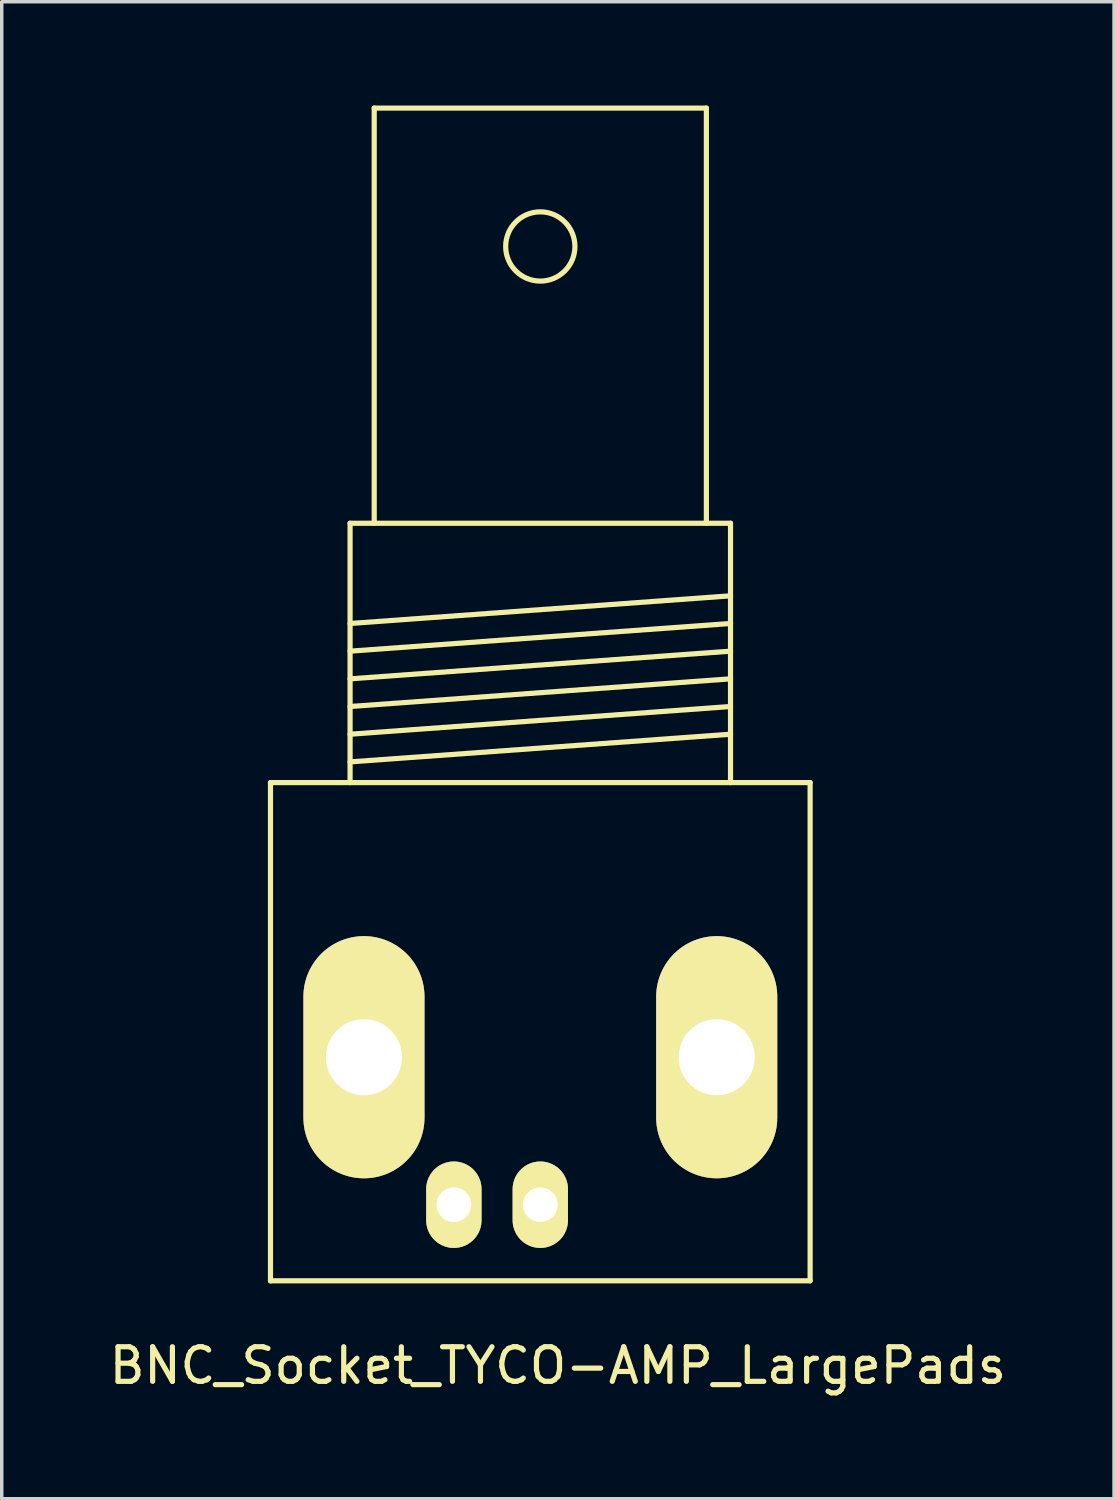
<source format=kicad_pcb>
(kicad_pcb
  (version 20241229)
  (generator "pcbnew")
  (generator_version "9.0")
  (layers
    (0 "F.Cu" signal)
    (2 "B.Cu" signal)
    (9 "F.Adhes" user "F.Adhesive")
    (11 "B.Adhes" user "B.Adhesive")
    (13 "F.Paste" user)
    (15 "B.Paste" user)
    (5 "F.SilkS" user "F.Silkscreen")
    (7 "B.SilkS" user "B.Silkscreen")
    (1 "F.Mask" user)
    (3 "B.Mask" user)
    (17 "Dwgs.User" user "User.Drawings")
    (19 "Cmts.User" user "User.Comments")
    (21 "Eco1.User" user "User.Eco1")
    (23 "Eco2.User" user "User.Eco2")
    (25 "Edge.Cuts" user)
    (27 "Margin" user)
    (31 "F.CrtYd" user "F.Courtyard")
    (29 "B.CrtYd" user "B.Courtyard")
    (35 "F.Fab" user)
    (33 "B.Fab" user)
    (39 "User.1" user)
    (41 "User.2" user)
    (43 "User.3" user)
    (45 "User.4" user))
  (footprint "BNC_Socket_TYCO-AMP_LargePads"
    (layer "F.Cu")
    (at 12.569 26.775)
    (property "Reference" "BNC_Socket_TYCO-AMP_LargePads" (at 0.508 9.652 0) (layer "F.SilkS") (effects (font (size 1 1) (thickness 0.15))))
    (attr through_hole)
    (fp_line (start -7.8 -7.201) (end -7.8 7.201) (stroke (width 0.15) (type solid)) (layer "F.SilkS"))
    (fp_line (start -7.8 7.201) (end 7.8 7.201) (stroke (width 0.15) (type solid)) (layer "F.SilkS"))
    (fp_line (start -5.499 -14.699) (end -5.499 -7.201) (stroke (width 0.15) (type solid)) (layer "F.SilkS"))
    (fp_line (start -5.499 -11.801) (end 5.499 -12.601) (stroke (width 0.15) (type solid)) (layer "F.SilkS"))
    (fp_line (start -5.499 -11.001) (end 5.499 -11.801) (stroke (width 0.15) (type solid)) (layer "F.SilkS"))
    (fp_line (start -5.499 -10.201) (end 5.499 -11.001) (stroke (width 0.15) (type solid)) (layer "F.SilkS"))
    (fp_line (start -5.499 -9.401) (end 5.499 -10.201) (stroke (width 0.15) (type solid)) (layer "F.SilkS"))
    (fp_line (start -5.499 -8.6) (end 5.499 -9.401) (stroke (width 0.15) (type solid)) (layer "F.SilkS"))
    (fp_line (start -5.499 -7.8) (end 5.499 -8.6) (stroke (width 0.15) (type solid)) (layer "F.SilkS"))
    (fp_line (start -4.801 -26.7) (end -4.801 -14.699) (stroke (width 0.15) (type solid)) (layer "F.SilkS"))
    (fp_line (start 4.801 -26.7) (end -4.801 -26.7) (stroke (width 0.15) (type solid)) (layer "F.SilkS"))
    (fp_line (start 4.801 -14.699) (end 4.801 -26.7) (stroke (width 0.15) (type solid)) (layer "F.SilkS"))
    (fp_line (start 5.499 -14.699) (end -5.499 -14.699) (stroke (width 0.15) (type solid)) (layer "F.SilkS"))
    (fp_line (start 5.499 -7.201) (end 5.499 -14.699) (stroke (width 0.15) (type solid)) (layer "F.SilkS"))
    (fp_line (start 7.8 -7.201) (end -7.8 -7.201) (stroke (width 0.15) (type solid)) (layer "F.SilkS"))
    (fp_line (start 7.8 7.201) (end 7.8 -7.201) (stroke (width 0.15) (type solid)) (layer "F.SilkS"))
    (fp_circle (center 0 -22.7) (end 1.001 -22.7) (stroke (width 0.15) (type solid)) (fill no) (layer "F.SilkS"))
    (pad "1" thru_hole oval (at 0 5.001) (size 1.6 2.499) (drill 1.001) (layers "*.Cu" "*.Mask" "F.SilkS"))
    (pad "2" thru_hole oval (at -5.098 0.737) (size 3.5 7) (drill 2.2) (layers "*.Cu" "*.Mask" "F.SilkS"))
    (pad "2" thru_hole oval (at -2.499 5.001) (size 1.6 2.499) (drill 1.001) (layers "*.Cu" "*.Mask" "F.SilkS"))
    (pad "2" thru_hole oval (at 5.1 0.737) (size 3.5 7) (drill 2.2) (layers "*.Cu" "*.Mask" "F.SilkS")))
  (gr_rect
    (start -3 -3)
    (end 29.155 40.276)
    (stroke (width 0.1) (type default))
    (fill no)
    (layer "Edge.Cuts")))
</source>
